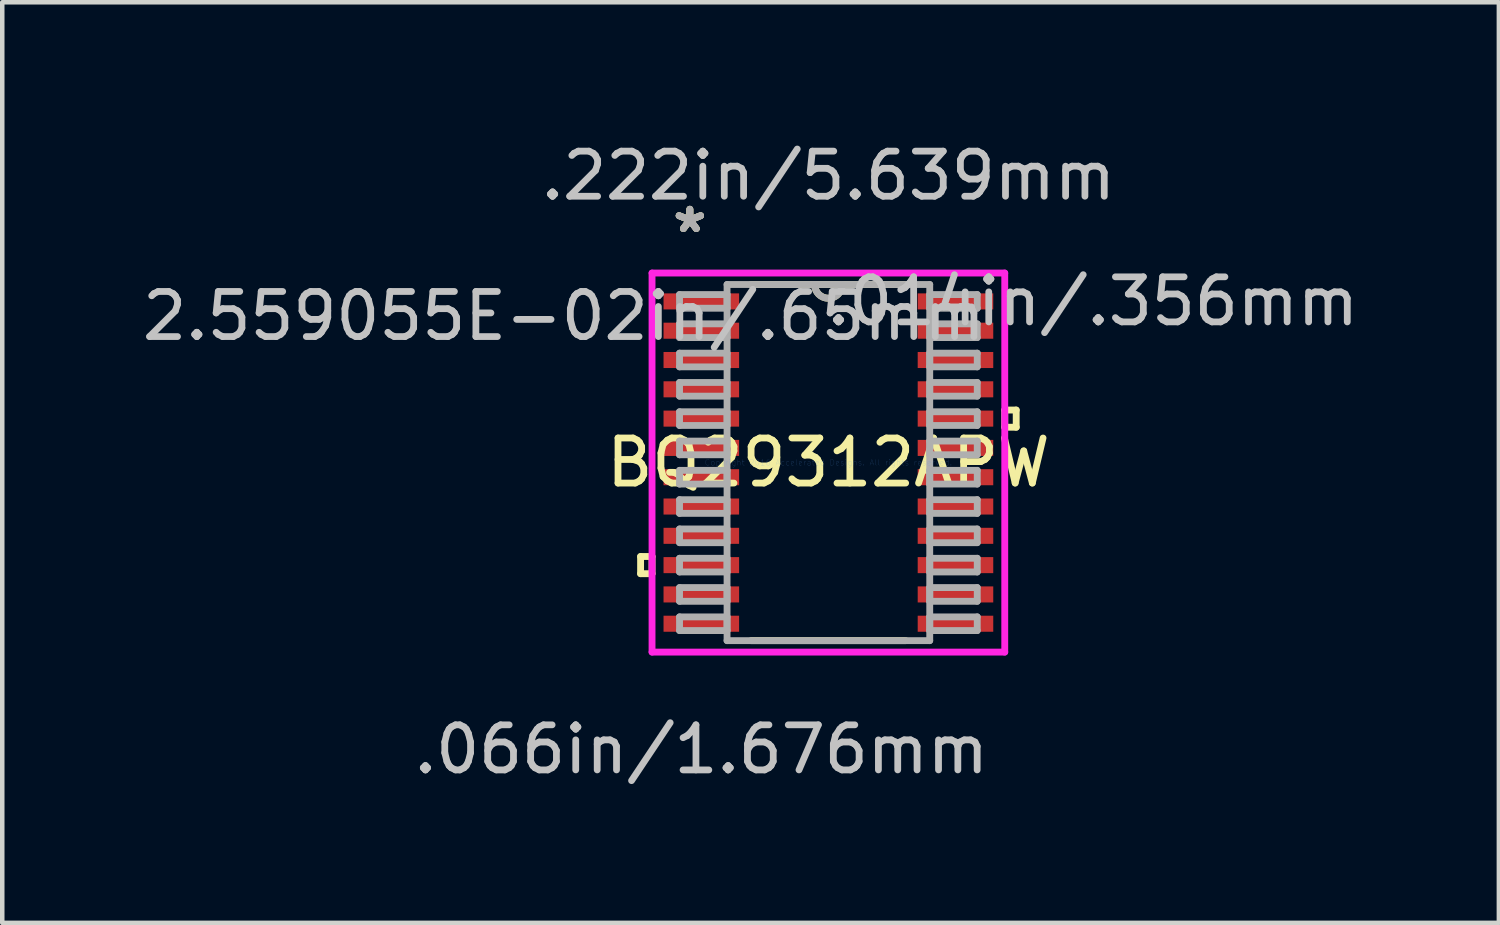
<source format=kicad_pcb>
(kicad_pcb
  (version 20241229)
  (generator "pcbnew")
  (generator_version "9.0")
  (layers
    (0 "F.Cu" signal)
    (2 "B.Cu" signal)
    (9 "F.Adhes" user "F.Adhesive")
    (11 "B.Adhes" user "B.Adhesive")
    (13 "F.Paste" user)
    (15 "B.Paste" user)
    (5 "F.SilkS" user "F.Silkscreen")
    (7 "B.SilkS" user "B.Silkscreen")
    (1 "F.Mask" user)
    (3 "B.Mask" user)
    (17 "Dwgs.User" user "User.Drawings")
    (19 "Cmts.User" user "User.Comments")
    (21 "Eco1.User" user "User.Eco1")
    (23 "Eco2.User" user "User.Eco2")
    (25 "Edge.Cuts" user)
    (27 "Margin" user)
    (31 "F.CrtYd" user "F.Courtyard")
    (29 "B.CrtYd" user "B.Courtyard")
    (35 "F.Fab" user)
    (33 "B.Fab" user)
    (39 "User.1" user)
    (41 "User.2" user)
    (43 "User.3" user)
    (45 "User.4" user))
  (footprint "BQ29312APW"
    (layer "F.Cu")
    (at 15.326 7.211)
    (property "Reference" "BQ29312APW" (at 0 0 0) (layer "F.SilkS") (effects (font (size 1 1) (thickness 0.15))))
    (attr through_hole)
    (fp_line (start -4.166 2.084) (end -4.166 2.465) (stroke (width 0.152) (type solid)) (layer "F.SilkS"))
    (fp_line (start -4.166 2.465) (end -3.912 2.465) (stroke (width 0.152) (type solid)) (layer "F.SilkS"))
    (fp_line (start -3.912 2.084) (end -4.166 2.084) (stroke (width 0.152) (type solid)) (layer "F.SilkS"))
    (fp_line (start -3.912 2.465) (end -3.912 2.084) (stroke (width 0.152) (type solid)) (layer "F.SilkS"))
    (fp_line (start -1.713 3.95) (end 1.713 3.95) (stroke (width 0.152) (type solid)) (layer "F.SilkS"))
    (fp_line (start 1.713 -3.95) (end -1.713 -3.95) (stroke (width 0.152) (type solid)) (layer "F.SilkS"))
    (fp_line (start 3.912 -1.165) (end 4.166 -1.165) (stroke (width 0.152) (type solid)) (layer "F.SilkS"))
    (fp_line (start 3.912 -0.784) (end 3.912 -1.165) (stroke (width 0.152) (type solid)) (layer "F.SilkS"))
    (fp_line (start 4.166 -1.165) (end 4.166 -0.784) (stroke (width 0.152) (type solid)) (layer "F.SilkS"))
    (fp_line (start 4.166 -0.784) (end 3.912 -0.784) (stroke (width 0.152) (type solid)) (layer "F.SilkS"))
    (fp_arc (start 0.3048 -3.9497) (mid 0 -3.6449) (end -0.3048 -3.9497) (stroke (width 0.1524) (type solid)) (layer "F.SilkS"))
    (fp_line (start -3.912 -4.204) (end 3.912 -4.204) (stroke (width 0.152) (type solid)) (layer "F.CrtYd"))
    (fp_line (start -3.912 4.204) (end -3.912 -4.204) (stroke (width 0.152) (type solid)) (layer "F.CrtYd"))
    (fp_line (start 3.912 -4.204) (end 3.912 4.204) (stroke (width 0.152) (type solid)) (layer "F.CrtYd"))
    (fp_line (start 3.912 4.204) (end -3.912 4.204) (stroke (width 0.152) (type solid)) (layer "F.CrtYd"))
    (fp_line (start -3.302 -3.727) (end -3.302 -3.423) (stroke (width 0.152) (type solid)) (layer "F.Fab"))
    (fp_line (start -3.302 -3.423) (end -2.248 -3.423) (stroke (width 0.152) (type solid)) (layer "F.Fab"))
    (fp_line (start -3.302 -3.077) (end -3.302 -2.773) (stroke (width 0.152) (type solid)) (layer "F.Fab"))
    (fp_line (start -3.302 -2.773) (end -2.248 -2.773) (stroke (width 0.152) (type solid)) (layer "F.Fab"))
    (fp_line (start -3.302 -2.427) (end -3.302 -2.123) (stroke (width 0.152) (type solid)) (layer "F.Fab"))
    (fp_line (start -3.302 -2.123) (end -2.248 -2.123) (stroke (width 0.152) (type solid)) (layer "F.Fab"))
    (fp_line (start -3.302 -1.777) (end -3.302 -1.473) (stroke (width 0.152) (type solid)) (layer "F.Fab"))
    (fp_line (start -3.302 -1.473) (end -2.248 -1.473) (stroke (width 0.152) (type solid)) (layer "F.Fab"))
    (fp_line (start -3.302 -1.127) (end -3.302 -0.823) (stroke (width 0.152) (type solid)) (layer "F.Fab"))
    (fp_line (start -3.302 -0.823) (end -2.248 -0.823) (stroke (width 0.152) (type solid)) (layer "F.Fab"))
    (fp_line (start -3.302 -0.477) (end -3.302 -0.173) (stroke (width 0.152) (type solid)) (layer "F.Fab"))
    (fp_line (start -3.302 -0.173) (end -2.248 -0.173) (stroke (width 0.152) (type solid)) (layer "F.Fab"))
    (fp_line (start -3.302 0.173) (end -3.302 0.477) (stroke (width 0.152) (type solid)) (layer "F.Fab"))
    (fp_line (start -3.302 0.477) (end -2.248 0.477) (stroke (width 0.152) (type solid)) (layer "F.Fab"))
    (fp_line (start -3.302 0.823) (end -3.302 1.127) (stroke (width 0.152) (type solid)) (layer "F.Fab"))
    (fp_line (start -3.302 1.127) (end -2.248 1.127) (stroke (width 0.152) (type solid)) (layer "F.Fab"))
    (fp_line (start -3.302 1.473) (end -3.302 1.777) (stroke (width 0.152) (type solid)) (layer "F.Fab"))
    (fp_line (start -3.302 1.777) (end -2.248 1.777) (stroke (width 0.152) (type solid)) (layer "F.Fab"))
    (fp_line (start -3.302 2.123) (end -3.302 2.427) (stroke (width 0.152) (type solid)) (layer "F.Fab"))
    (fp_line (start -3.302 2.427) (end -2.248 2.427) (stroke (width 0.152) (type solid)) (layer "F.Fab"))
    (fp_line (start -3.302 2.773) (end -3.302 3.077) (stroke (width 0.152) (type solid)) (layer "F.Fab"))
    (fp_line (start -3.302 3.077) (end -2.248 3.077) (stroke (width 0.152) (type solid)) (layer "F.Fab"))
    (fp_line (start -3.302 3.423) (end -3.302 3.727) (stroke (width 0.152) (type solid)) (layer "F.Fab"))
    (fp_line (start -3.302 3.727) (end -2.248 3.727) (stroke (width 0.152) (type solid)) (layer "F.Fab"))
    (fp_line (start -2.248 -3.95) (end -2.248 3.95) (stroke (width 0.152) (type solid)) (layer "F.Fab"))
    (fp_line (start -2.248 -3.727) (end -3.302 -3.727) (stroke (width 0.152) (type solid)) (layer "F.Fab"))
    (fp_line (start -2.248 -3.423) (end -2.248 -3.727) (stroke (width 0.152) (type solid)) (layer "F.Fab"))
    (fp_line (start -2.248 -3.077) (end -3.302 -3.077) (stroke (width 0.152) (type solid)) (layer "F.Fab"))
    (fp_line (start -2.248 -2.773) (end -2.248 -3.077) (stroke (width 0.152) (type solid)) (layer "F.Fab"))
    (fp_line (start -2.248 -2.427) (end -3.302 -2.427) (stroke (width 0.152) (type solid)) (layer "F.Fab"))
    (fp_line (start -2.248 -2.123) (end -2.248 -2.427) (stroke (width 0.152) (type solid)) (layer "F.Fab"))
    (fp_line (start -2.248 -1.777) (end -3.302 -1.777) (stroke (width 0.152) (type solid)) (layer "F.Fab"))
    (fp_line (start -2.248 -1.473) (end -2.248 -1.777) (stroke (width 0.152) (type solid)) (layer "F.Fab"))
    (fp_line (start -2.248 -1.127) (end -3.302 -1.127) (stroke (width 0.152) (type solid)) (layer "F.Fab"))
    (fp_line (start -2.248 -0.823) (end -2.248 -1.127) (stroke (width 0.152) (type solid)) (layer "F.Fab"))
    (fp_line (start -2.248 -0.477) (end -3.302 -0.477) (stroke (width 0.152) (type solid)) (layer "F.Fab"))
    (fp_line (start -2.248 -0.173) (end -2.248 -0.477) (stroke (width 0.152) (type solid)) (layer "F.Fab"))
    (fp_line (start -2.248 0.173) (end -3.302 0.173) (stroke (width 0.152) (type solid)) (layer "F.Fab"))
    (fp_line (start -2.248 0.477) (end -2.248 0.173) (stroke (width 0.152) (type solid)) (layer "F.Fab"))
    (fp_line (start -2.248 0.823) (end -3.302 0.823) (stroke (width 0.152) (type solid)) (layer "F.Fab"))
    (fp_line (start -2.248 1.127) (end -2.248 0.823) (stroke (width 0.152) (type solid)) (layer "F.Fab"))
    (fp_line (start -2.248 1.473) (end -3.302 1.473) (stroke (width 0.152) (type solid)) (layer "F.Fab"))
    (fp_line (start -2.248 1.777) (end -2.248 1.473) (stroke (width 0.152) (type solid)) (layer "F.Fab"))
    (fp_line (start -2.248 2.123) (end -3.302 2.123) (stroke (width 0.152) (type solid)) (layer "F.Fab"))
    (fp_line (start -2.248 2.427) (end -2.248 2.123) (stroke (width 0.152) (type solid)) (layer "F.Fab"))
    (fp_line (start -2.248 2.773) (end -3.302 2.773) (stroke (width 0.152) (type solid)) (layer "F.Fab"))
    (fp_line (start -2.248 3.077) (end -2.248 2.773) (stroke (width 0.152) (type solid)) (layer "F.Fab"))
    (fp_line (start -2.248 3.423) (end -3.302 3.423) (stroke (width 0.152) (type solid)) (layer "F.Fab"))
    (fp_line (start -2.248 3.727) (end -2.248 3.423) (stroke (width 0.152) (type solid)) (layer "F.Fab"))
    (fp_line (start -2.248 3.95) (end 2.248 3.95) (stroke (width 0.152) (type solid)) (layer "F.Fab"))
    (fp_line (start 2.248 -3.95) (end -2.248 -3.95) (stroke (width 0.152) (type solid)) (layer "F.Fab"))
    (fp_line (start 2.248 -3.727) (end 2.248 -3.423) (stroke (width 0.152) (type solid)) (layer "F.Fab"))
    (fp_line (start 2.248 -3.423) (end 3.302 -3.423) (stroke (width 0.152) (type solid)) (layer "F.Fab"))
    (fp_line (start 2.248 -3.077) (end 2.248 -2.773) (stroke (width 0.152) (type solid)) (layer "F.Fab"))
    (fp_line (start 2.248 -2.773) (end 3.302 -2.773) (stroke (width 0.152) (type solid)) (layer "F.Fab"))
    (fp_line (start 2.248 -2.427) (end 2.248 -2.123) (stroke (width 0.152) (type solid)) (layer "F.Fab"))
    (fp_line (start 2.248 -2.123) (end 3.302 -2.123) (stroke (width 0.152) (type solid)) (layer "F.Fab"))
    (fp_line (start 2.248 -1.777) (end 2.248 -1.473) (stroke (width 0.152) (type solid)) (layer "F.Fab"))
    (fp_line (start 2.248 -1.473) (end 3.302 -1.473) (stroke (width 0.152) (type solid)) (layer "F.Fab"))
    (fp_line (start 2.248 -1.127) (end 2.248 -0.823) (stroke (width 0.152) (type solid)) (layer "F.Fab"))
    (fp_line (start 2.248 -0.823) (end 3.302 -0.823) (stroke (width 0.152) (type solid)) (layer "F.Fab"))
    (fp_line (start 2.248 -0.477) (end 2.248 -0.173) (stroke (width 0.152) (type solid)) (layer "F.Fab"))
    (fp_line (start 2.248 -0.173) (end 3.302 -0.173) (stroke (width 0.152) (type solid)) (layer "F.Fab"))
    (fp_line (start 2.248 0.173) (end 2.248 0.477) (stroke (width 0.152) (type solid)) (layer "F.Fab"))
    (fp_line (start 2.248 0.477) (end 3.302 0.477) (stroke (width 0.152) (type solid)) (layer "F.Fab"))
    (fp_line (start 2.248 0.823) (end 2.248 1.127) (stroke (width 0.152) (type solid)) (layer "F.Fab"))
    (fp_line (start 2.248 1.127) (end 3.302 1.127) (stroke (width 0.152) (type solid)) (layer "F.Fab"))
    (fp_line (start 2.248 1.473) (end 2.248 1.777) (stroke (width 0.152) (type solid)) (layer "F.Fab"))
    (fp_line (start 2.248 1.777) (end 3.302 1.777) (stroke (width 0.152) (type solid)) (layer "F.Fab"))
    (fp_line (start 2.248 2.123) (end 2.248 2.427) (stroke (width 0.152) (type solid)) (layer "F.Fab"))
    (fp_line (start 2.248 2.427) (end 3.302 2.427) (stroke (width 0.152) (type solid)) (layer "F.Fab"))
    (fp_line (start 2.248 2.773) (end 2.248 3.077) (stroke (width 0.152) (type solid)) (layer "F.Fab"))
    (fp_line (start 2.248 3.077) (end 3.302 3.077) (stroke (width 0.152) (type solid)) (layer "F.Fab"))
    (fp_line (start 2.248 3.423) (end 2.248 3.727) (stroke (width 0.152) (type solid)) (layer "F.Fab"))
    (fp_line (start 2.248 3.727) (end 3.302 3.727) (stroke (width 0.152) (type solid)) (layer "F.Fab"))
    (fp_line (start 2.248 3.95) (end 2.248 -3.95) (stroke (width 0.152) (type solid)) (layer "F.Fab"))
    (fp_line (start 3.302 -3.727) (end 2.248 -3.727) (stroke (width 0.152) (type solid)) (layer "F.Fab"))
    (fp_line (start 3.302 -3.423) (end 3.302 -3.727) (stroke (width 0.152) (type solid)) (layer "F.Fab"))
    (fp_line (start 3.302 -3.077) (end 2.248 -3.077) (stroke (width 0.152) (type solid)) (layer "F.Fab"))
    (fp_line (start 3.302 -2.773) (end 3.302 -3.077) (stroke (width 0.152) (type solid)) (layer "F.Fab"))
    (fp_line (start 3.302 -2.427) (end 2.248 -2.427) (stroke (width 0.152) (type solid)) (layer "F.Fab"))
    (fp_line (start 3.302 -2.123) (end 3.302 -2.427) (stroke (width 0.152) (type solid)) (layer "F.Fab"))
    (fp_line (start 3.302 -1.777) (end 2.248 -1.777) (stroke (width 0.152) (type solid)) (layer "F.Fab"))
    (fp_line (start 3.302 -1.473) (end 3.302 -1.777) (stroke (width 0.152) (type solid)) (layer "F.Fab"))
    (fp_line (start 3.302 -1.127) (end 2.248 -1.127) (stroke (width 0.152) (type solid)) (layer "F.Fab"))
    (fp_line (start 3.302 -0.823) (end 3.302 -1.127) (stroke (width 0.152) (type solid)) (layer "F.Fab"))
    (fp_line (start 3.302 -0.477) (end 2.248 -0.477) (stroke (width 0.152) (type solid)) (layer "F.Fab"))
    (fp_line (start 3.302 -0.173) (end 3.302 -0.477) (stroke (width 0.152) (type solid)) (layer "F.Fab"))
    (fp_line (start 3.302 0.173) (end 2.248 0.173) (stroke (width 0.152) (type solid)) (layer "F.Fab"))
    (fp_line (start 3.302 0.477) (end 3.302 0.173) (stroke (width 0.152) (type solid)) (layer "F.Fab"))
    (fp_line (start 3.302 0.823) (end 2.248 0.823) (stroke (width 0.152) (type solid)) (layer "F.Fab"))
    (fp_line (start 3.302 1.127) (end 3.302 0.823) (stroke (width 0.152) (type solid)) (layer "F.Fab"))
    (fp_line (start 3.302 1.473) (end 2.248 1.473) (stroke (width 0.152) (type solid)) (layer "F.Fab"))
    (fp_line (start 3.302 1.777) (end 3.302 1.473) (stroke (width 0.152) (type solid)) (layer "F.Fab"))
    (fp_line (start 3.302 2.123) (end 2.248 2.123) (stroke (width 0.152) (type solid)) (layer "F.Fab"))
    (fp_line (start 3.302 2.427) (end 3.302 2.123) (stroke (width 0.152) (type solid)) (layer "F.Fab"))
    (fp_line (start 3.302 2.773) (end 2.248 2.773) (stroke (width 0.152) (type solid)) (layer "F.Fab"))
    (fp_line (start 3.302 3.077) (end 3.302 2.773) (stroke (width 0.152) (type solid)) (layer "F.Fab"))
    (fp_line (start 3.302 3.423) (end 2.248 3.423) (stroke (width 0.152) (type solid)) (layer "F.Fab"))
    (fp_line (start 3.302 3.727) (end 3.302 3.423) (stroke (width 0.152) (type solid)) (layer "F.Fab"))
    (fp_arc (start 0.3048 -3.9497) (mid 0 -3.6449) (end -0.3048 -3.9497) (stroke (width 0.1524) (type solid)) (layer "F.Fab"))
    (fp_text user "*" (at -3.073 -5.074 0) (layer "F.SilkS") (effects (font (size 1 1) (thickness 0.15))))
    (fp_text user "*" (at -3.073 -5.074 0) (layer "F.SilkS") (effects (font (size 1 1) (thickness 0.15))))
    (fp_text user ".066in/1.676mm" (at -2.819 6.363 0) (layer "Dwgs.User") (effects (font (size 1 1) (thickness 0.15))))
    (fp_text user ".222in/5.639mm" (at 0 -6.363 0) (layer "Dwgs.User") (effects (font (size 1 1) (thickness 0.15))))
    (fp_text user ".014in/.356mm" (at 5.867 -3.575 0) (layer "Dwgs.User") (effects (font (size 1 1) (thickness 0.15))))
    (fp_text user "2.559055E-02in/.65mm" (at -5.867 -3.25 0) (layer "Dwgs.User") (effects (font (size 1 1) (thickness 0.15))))
    (fp_text user "Copyright 2016 Accelerated Designs. All rights reserved." (at 0 0 0) (layer "Cmts.User") (effects (font (size 0.127 0.127) (thickness 0.002))))
    (fp_text user "*" (at -3.073 -5.074 0) (layer "F.Fab") (effects (font (size 1 1) (thickness 0.15))))
    (fp_text user "*" (at -3.073 -5.074 0) (layer "F.Fab") (effects (font (size 1 1) (thickness 0.15))))
    (pad "1" smd rect (at -2.819 -3.575) (size 1.676 0.356) (layers "F.Cu" "F.Mask" "F.Paste"))
    (pad "2" smd rect (at -2.819 -2.925) (size 1.676 0.356) (layers "F.Cu" "F.Mask" "F.Paste"))
    (pad "3" smd rect (at -2.819 -2.275) (size 1.676 0.356) (layers "F.Cu" "F.Mask" "F.Paste"))
    (pad "4" smd rect (at -2.819 -1.625) (size 1.676 0.356) (layers "F.Cu" "F.Mask" "F.Paste"))
    (pad "5" smd rect (at -2.819 -0.975) (size 1.676 0.356) (layers "F.Cu" "F.Mask" "F.Paste"))
    (pad "6" smd rect (at -2.819 -0.325) (size 1.676 0.356) (layers "F.Cu" "F.Mask" "F.Paste"))
    (pad "7" smd rect (at -2.819 0.325) (size 1.676 0.356) (layers "F.Cu" "F.Mask" "F.Paste"))
    (pad "8" smd rect (at -2.819 0.975) (size 1.676 0.356) (layers "F.Cu" "F.Mask" "F.Paste"))
    (pad "9" smd rect (at -2.819 1.625) (size 1.676 0.356) (layers "F.Cu" "F.Mask" "F.Paste"))
    (pad "10" smd rect (at -2.819 2.275) (size 1.676 0.356) (layers "F.Cu" "F.Mask" "F.Paste"))
    (pad "11" smd rect (at -2.819 2.925) (size 1.676 0.356) (layers "F.Cu" "F.Mask" "F.Paste"))
    (pad "12" smd rect (at -2.819 3.575) (size 1.676 0.356) (layers "F.Cu" "F.Mask" "F.Paste"))
    (pad "13" smd rect (at 2.819 3.575) (size 1.676 0.356) (layers "F.Cu" "F.Mask" "F.Paste"))
    (pad "14" smd rect (at 2.819 2.925) (size 1.676 0.356) (layers "F.Cu" "F.Mask" "F.Paste"))
    (pad "15" smd rect (at 2.819 2.275) (size 1.676 0.356) (layers "F.Cu" "F.Mask" "F.Paste"))
    (pad "16" smd rect (at 2.819 1.625) (size 1.676 0.356) (layers "F.Cu" "F.Mask" "F.Paste"))
    (pad "17" smd rect (at 2.819 0.975) (size 1.676 0.356) (layers "F.Cu" "F.Mask" "F.Paste"))
    (pad "18" smd rect (at 2.819 0.325) (size 1.676 0.356) (layers "F.Cu" "F.Mask" "F.Paste"))
    (pad "19" smd rect (at 2.819 -0.325) (size 1.676 0.356) (layers "F.Cu" "F.Mask" "F.Paste"))
    (pad "20" smd rect (at 2.819 -0.975) (size 1.676 0.356) (layers "F.Cu" "F.Mask" "F.Paste"))
    (pad "21" smd rect (at 2.819 -1.625) (size 1.676 0.356) (layers "F.Cu" "F.Mask" "F.Paste"))
    (pad "22" smd rect (at 2.819 -2.275) (size 1.676 0.356) (layers "F.Cu" "F.Mask" "F.Paste"))
    (pad "23" smd rect (at 2.819 -2.925) (size 1.676 0.356) (layers "F.Cu" "F.Mask" "F.Paste"))
    (pad "24" smd rect (at 2.819 -3.575) (size 1.676 0.356) (layers "F.Cu" "F.Mask" "F.Paste")))
  (gr_rect
    (start -3 -3)
    (end 30.199 17.422)
    (stroke (width 0.1) (type default))
    (fill no)
    (layer "Edge.Cuts")))
</source>
